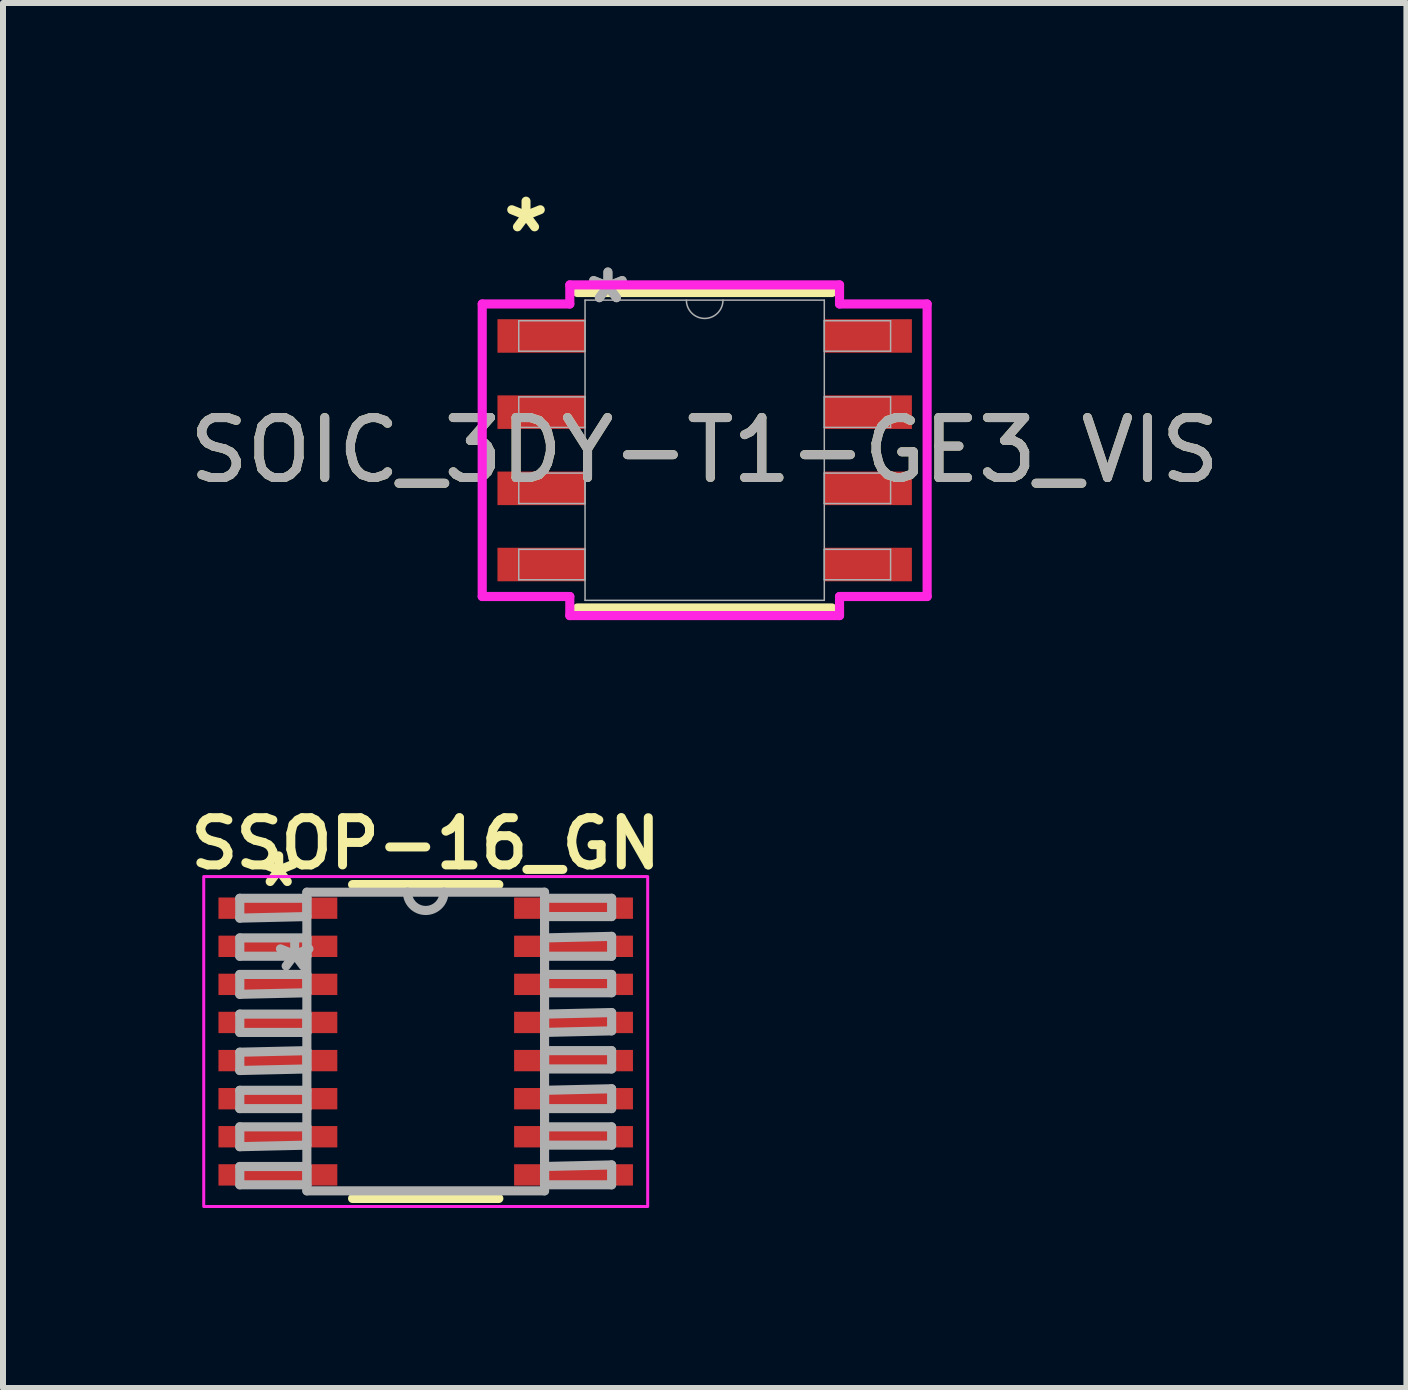
<source format=kicad_pcb>
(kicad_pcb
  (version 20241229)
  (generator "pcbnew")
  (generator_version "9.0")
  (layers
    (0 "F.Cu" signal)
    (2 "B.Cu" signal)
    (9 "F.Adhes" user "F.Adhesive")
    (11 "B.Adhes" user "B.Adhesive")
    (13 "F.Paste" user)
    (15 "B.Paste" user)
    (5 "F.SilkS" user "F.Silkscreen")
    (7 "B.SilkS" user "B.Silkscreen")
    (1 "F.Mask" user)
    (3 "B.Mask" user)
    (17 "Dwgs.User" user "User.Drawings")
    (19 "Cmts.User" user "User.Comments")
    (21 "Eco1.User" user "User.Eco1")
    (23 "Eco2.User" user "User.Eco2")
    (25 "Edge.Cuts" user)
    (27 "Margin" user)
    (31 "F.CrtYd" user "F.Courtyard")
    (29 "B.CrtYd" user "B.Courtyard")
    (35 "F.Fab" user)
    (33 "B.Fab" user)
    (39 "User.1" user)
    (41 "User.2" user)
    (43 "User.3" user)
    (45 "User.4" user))
  (footprint "SSOP-16_GN"
    (layer "F.Cu")
    (at 4.046 14.311)
    (property "Reference" "SSOP-16_GN" (at 0 -3.3 0) (layer "F.SilkS") (effects (font (size 0.787 0.787) (thickness 0.15))))
    (attr smd)
    (fp_line (start -1.219 2.616) (end 1.219 2.616) (stroke (width 0.152) (type solid)) (layer "F.SilkS"))
    (fp_line (start 1.219 -2.616) (end -1.219 -2.616) (stroke (width 0.152) (type solid)) (layer "F.SilkS"))
    (fp_rect (start -3.7 -2.75) (end 3.7 2.75) (stroke (width 0.05) (type default)) (fill no) (layer "F.CrtYd"))
    (fp_line (start -3.099 -2.388) (end -3.099 -2.057) (stroke (width 0.152) (type solid)) (layer "F.Fab"))
    (fp_line (start -3.099 -2.057) (end -1.981 -2.083) (stroke (width 0.152) (type solid)) (layer "F.Fab"))
    (fp_line (start -3.099 -1.727) (end -3.099 -1.422) (stroke (width 0.152) (type solid)) (layer "F.Fab"))
    (fp_line (start -3.099 -1.422) (end -1.981 -1.422) (stroke (width 0.152) (type solid)) (layer "F.Fab"))
    (fp_line (start -3.099 -1.118) (end -3.099 -0.787) (stroke (width 0.152) (type solid)) (layer "F.Fab"))
    (fp_line (start -3.099 -0.787) (end -1.981 -0.813) (stroke (width 0.152) (type solid)) (layer "F.Fab"))
    (fp_line (start -3.099 -0.457) (end -3.099 -0.152) (stroke (width 0.152) (type solid)) (layer "F.Fab"))
    (fp_line (start -3.099 -0.152) (end -1.981 -0.152) (stroke (width 0.152) (type solid)) (layer "F.Fab"))
    (fp_line (start -3.099 0.178) (end -3.099 0.483) (stroke (width 0.152) (type solid)) (layer "F.Fab"))
    (fp_line (start -3.099 0.483) (end -1.981 0.457) (stroke (width 0.152) (type solid)) (layer "F.Fab"))
    (fp_line (start -3.099 0.813) (end -3.099 1.118) (stroke (width 0.152) (type solid)) (layer "F.Fab"))
    (fp_line (start -3.099 1.118) (end -1.981 1.118) (stroke (width 0.152) (type solid)) (layer "F.Fab"))
    (fp_line (start -3.099 1.422) (end -3.099 1.753) (stroke (width 0.152) (type solid)) (layer "F.Fab"))
    (fp_line (start -3.099 1.753) (end -1.981 1.727) (stroke (width 0.152) (type solid)) (layer "F.Fab"))
    (fp_line (start -3.099 2.083) (end -3.099 2.388) (stroke (width 0.152) (type solid)) (layer "F.Fab"))
    (fp_line (start -3.099 2.388) (end -1.981 2.388) (stroke (width 0.152) (type solid)) (layer "F.Fab"))
    (fp_line (start -1.981 -2.489) (end -1.981 2.489) (stroke (width 0.152) (type solid)) (layer "F.Fab"))
    (fp_line (start -1.981 -2.388) (end -3.099 -2.388) (stroke (width 0.152) (type solid)) (layer "F.Fab"))
    (fp_line (start -1.981 -2.083) (end -1.981 -2.388) (stroke (width 0.152) (type solid)) (layer "F.Fab"))
    (fp_line (start -1.981 -1.727) (end -3.099 -1.727) (stroke (width 0.152) (type solid)) (layer "F.Fab"))
    (fp_line (start -1.981 -1.422) (end -1.981 -1.727) (stroke (width 0.152) (type solid)) (layer "F.Fab"))
    (fp_line (start -1.981 -1.118) (end -3.099 -1.118) (stroke (width 0.152) (type solid)) (layer "F.Fab"))
    (fp_line (start -1.981 -0.813) (end -1.981 -1.118) (stroke (width 0.152) (type solid)) (layer "F.Fab"))
    (fp_line (start -1.981 -0.457) (end -3.099 -0.457) (stroke (width 0.152) (type solid)) (layer "F.Fab"))
    (fp_line (start -1.981 -0.152) (end -1.981 -0.457) (stroke (width 0.152) (type solid)) (layer "F.Fab"))
    (fp_line (start -1.981 0.152) (end -3.099 0.178) (stroke (width 0.152) (type solid)) (layer "F.Fab"))
    (fp_line (start -1.981 0.457) (end -1.981 0.152) (stroke (width 0.152) (type solid)) (layer "F.Fab"))
    (fp_line (start -1.981 0.813) (end -3.099 0.813) (stroke (width 0.152) (type solid)) (layer "F.Fab"))
    (fp_line (start -1.981 1.118) (end -1.981 0.813) (stroke (width 0.152) (type solid)) (layer "F.Fab"))
    (fp_line (start -1.981 1.422) (end -3.099 1.422) (stroke (width 0.152) (type solid)) (layer "F.Fab"))
    (fp_line (start -1.981 1.727) (end -1.981 1.422) (stroke (width 0.152) (type solid)) (layer "F.Fab"))
    (fp_line (start -1.981 2.083) (end -3.099 2.083) (stroke (width 0.152) (type solid)) (layer "F.Fab"))
    (fp_line (start -1.981 2.388) (end -1.981 2.083) (stroke (width 0.152) (type solid)) (layer "F.Fab"))
    (fp_line (start -1.981 2.489) (end 1.981 2.489) (stroke (width 0.152) (type solid)) (layer "F.Fab"))
    (fp_line (start -0.305 -2.489) (end -1.981 -2.489) (stroke (width 0.152) (type solid)) (layer "F.Fab"))
    (fp_line (start 0.305 -2.489) (end -0.305 -2.489) (stroke (width 0.152) (type solid)) (layer "F.Fab"))
    (fp_line (start 1.981 -2.489) (end 0.305 -2.489) (stroke (width 0.152) (type solid)) (layer "F.Fab"))
    (fp_line (start 1.981 -2.388) (end 1.981 -2.083) (stroke (width 0.152) (type solid)) (layer "F.Fab"))
    (fp_line (start 1.981 -2.083) (end 3.099 -2.083) (stroke (width 0.152) (type solid)) (layer "F.Fab"))
    (fp_line (start 1.981 -1.727) (end 1.981 -1.422) (stroke (width 0.152) (type solid)) (layer "F.Fab"))
    (fp_line (start 1.981 -1.422) (end 3.099 -1.422) (stroke (width 0.152) (type solid)) (layer "F.Fab"))
    (fp_line (start 1.981 -1.118) (end 1.981 -0.813) (stroke (width 0.152) (type solid)) (layer "F.Fab"))
    (fp_line (start 1.981 -0.813) (end 3.099 -0.813) (stroke (width 0.152) (type solid)) (layer "F.Fab"))
    (fp_line (start 1.981 -0.457) (end 1.981 -0.152) (stroke (width 0.152) (type solid)) (layer "F.Fab"))
    (fp_line (start 1.981 -0.152) (end 3.099 -0.178) (stroke (width 0.152) (type solid)) (layer "F.Fab"))
    (fp_line (start 1.981 0.152) (end 1.981 0.457) (stroke (width 0.152) (type solid)) (layer "F.Fab"))
    (fp_line (start 1.981 0.457) (end 3.099 0.457) (stroke (width 0.152) (type solid)) (layer "F.Fab"))
    (fp_line (start 1.981 0.813) (end 1.981 1.118) (stroke (width 0.152) (type solid)) (layer "F.Fab"))
    (fp_line (start 1.981 1.118) (end 3.099 1.118) (stroke (width 0.152) (type solid)) (layer "F.Fab"))
    (fp_line (start 1.981 1.422) (end 1.981 1.727) (stroke (width 0.152) (type solid)) (layer "F.Fab"))
    (fp_line (start 1.981 1.727) (end 3.099 1.727) (stroke (width 0.152) (type solid)) (layer "F.Fab"))
    (fp_line (start 1.981 2.083) (end 1.981 2.388) (stroke (width 0.152) (type solid)) (layer "F.Fab"))
    (fp_line (start 1.981 2.388) (end 3.099 2.388) (stroke (width 0.152) (type solid)) (layer "F.Fab"))
    (fp_line (start 1.981 2.489) (end 1.981 -2.489) (stroke (width 0.152) (type solid)) (layer "F.Fab"))
    (fp_line (start 3.099 -2.388) (end 1.981 -2.388) (stroke (width 0.152) (type solid)) (layer "F.Fab"))
    (fp_line (start 3.099 -2.083) (end 3.099 -2.388) (stroke (width 0.152) (type solid)) (layer "F.Fab"))
    (fp_line (start 3.099 -1.753) (end 1.981 -1.727) (stroke (width 0.152) (type solid)) (layer "F.Fab"))
    (fp_line (start 3.099 -1.422) (end 3.099 -1.753) (stroke (width 0.152) (type solid)) (layer "F.Fab"))
    (fp_line (start 3.099 -1.118) (end 1.981 -1.118) (stroke (width 0.152) (type solid)) (layer "F.Fab"))
    (fp_line (start 3.099 -0.813) (end 3.099 -1.118) (stroke (width 0.152) (type solid)) (layer "F.Fab"))
    (fp_line (start 3.099 -0.483) (end 1.981 -0.457) (stroke (width 0.152) (type solid)) (layer "F.Fab"))
    (fp_line (start 3.099 -0.178) (end 3.099 -0.483) (stroke (width 0.152) (type solid)) (layer "F.Fab"))
    (fp_line (start 3.099 0.152) (end 1.981 0.152) (stroke (width 0.152) (type solid)) (layer "F.Fab"))
    (fp_line (start 3.099 0.457) (end 3.099 0.152) (stroke (width 0.152) (type solid)) (layer "F.Fab"))
    (fp_line (start 3.099 0.787) (end 1.981 0.813) (stroke (width 0.152) (type solid)) (layer "F.Fab"))
    (fp_line (start 3.099 1.118) (end 3.099 0.787) (stroke (width 0.152) (type solid)) (layer "F.Fab"))
    (fp_line (start 3.099 1.422) (end 1.981 1.422) (stroke (width 0.152) (type solid)) (layer "F.Fab"))
    (fp_line (start 3.099 1.727) (end 3.099 1.422) (stroke (width 0.152) (type solid)) (layer "F.Fab"))
    (fp_line (start 3.099 2.057) (end 1.981 2.083) (stroke (width 0.152) (type solid)) (layer "F.Fab"))
    (fp_line (start 3.099 2.388) (end 3.099 2.057) (stroke (width 0.152) (type solid)) (layer "F.Fab"))
    (fp_arc (start 0.3048 -2.4892) (mid 0 -2.1844) (end -0.3048 -2.4892) (stroke (width 0.1524) (type solid)) (layer "F.Fab"))
    (fp_text user "*" (at -2.45 -2.55 0) (layer "F.SilkS") (effects (font (size 1 1) (thickness 0.15))))
    (fp_text user "*" (at -2.184 -1.143 0) (layer "F.Fab") (effects (font (size 1 1) (thickness 0.15))))
    (pad "1" smd rect (at -2.464 -2.223) (size 1.981 0.356) (layers "F.Cu" "F.Mask" "F.Paste"))
    (pad "2" smd rect (at -2.464 -1.587) (size 1.981 0.356) (layers "F.Cu" "F.Mask" "F.Paste"))
    (pad "3" smd rect (at -2.464 -0.953) (size 1.981 0.356) (layers "F.Cu" "F.Mask" "F.Paste"))
    (pad "4" smd rect (at -2.464 -0.318) (size 1.981 0.356) (layers "F.Cu" "F.Mask" "F.Paste"))
    (pad "5" smd rect (at -2.464 0.318) (size 1.981 0.356) (layers "F.Cu" "F.Mask" "F.Paste"))
    (pad "6" smd rect (at -2.464 0.953) (size 1.981 0.356) (layers "F.Cu" "F.Mask" "F.Paste"))
    (pad "7" smd rect (at -2.464 1.587) (size 1.981 0.356) (layers "F.Cu" "F.Mask" "F.Paste"))
    (pad "8" smd rect (at -2.464 2.223) (size 1.981 0.356) (layers "F.Cu" "F.Mask" "F.Paste"))
    (pad "9" smd rect (at 2.464 2.223) (size 1.981 0.356) (layers "F.Cu" "F.Mask" "F.Paste"))
    (pad "10" smd rect (at 2.464 1.587) (size 1.981 0.356) (layers "F.Cu" "F.Mask" "F.Paste"))
    (pad "11" smd rect (at 2.464 0.953) (size 1.981 0.356) (layers "F.Cu" "F.Mask" "F.Paste"))
    (pad "12" smd rect (at 2.464 0.318) (size 1.981 0.356) (layers "F.Cu" "F.Mask" "F.Paste"))
    (pad "13" smd rect (at 2.464 -0.318) (size 1.981 0.356) (layers "F.Cu" "F.Mask" "F.Paste"))
    (pad "14" smd rect (at 2.464 -0.953) (size 1.981 0.356) (layers "F.Cu" "F.Mask" "F.Paste"))
    (pad "15" smd rect (at 2.464 -1.587) (size 1.981 0.356) (layers "F.Cu" "F.Mask" "F.Paste"))
    (pad "16" smd rect (at 2.464 -2.223) (size 1.981 0.356) (layers "F.Cu" "F.Mask" "F.Paste")))
  (footprint "SOIC_3DY-T1-GE3_VIS"
    (layer "F.Cu")
    (at 8.696 4.455)
    (property "Reference" "SOIC_3DY-T1-GE3_VIS" (at 0 0 0) (unlocked yes) (layer "F.SilkS") (effects (font (size 1 1) (thickness 0.15))))
    (attr smd)
    (fp_line (start -2.121 2.629) (end 2.121 2.629) (stroke (width 0.152) (type solid)) (layer "F.SilkS"))
    (fp_line (start 2.121 -2.629) (end -2.121 -2.629) (stroke (width 0.152) (type solid)) (layer "F.SilkS"))
    (fp_line (start -3.708 -2.438) (end -2.248 -2.438) (stroke (width 0.152) (type solid)) (layer "F.CrtYd"))
    (fp_line (start -3.708 2.438) (end -3.708 -2.438) (stroke (width 0.152) (type solid)) (layer "F.CrtYd"))
    (fp_line (start -3.708 2.438) (end -2.248 2.438) (stroke (width 0.152) (type solid)) (layer "F.CrtYd"))
    (fp_line (start -2.248 -2.756) (end 2.248 -2.756) (stroke (width 0.152) (type solid)) (layer "F.CrtYd"))
    (fp_line (start -2.248 -2.438) (end -2.248 -2.756) (stroke (width 0.152) (type solid)) (layer "F.CrtYd"))
    (fp_line (start -2.248 2.756) (end -2.248 2.438) (stroke (width 0.152) (type solid)) (layer "F.CrtYd"))
    (fp_line (start 2.248 -2.756) (end 2.248 -2.438) (stroke (width 0.152) (type solid)) (layer "F.CrtYd"))
    (fp_line (start 2.248 2.438) (end 2.248 2.756) (stroke (width 0.152) (type solid)) (layer "F.CrtYd"))
    (fp_line (start 2.248 2.756) (end -2.248 2.756) (stroke (width 0.152) (type solid)) (layer "F.CrtYd"))
    (fp_line (start 3.708 -2.438) (end 2.248 -2.438) (stroke (width 0.152) (type solid)) (layer "F.CrtYd"))
    (fp_line (start 3.708 -2.438) (end 3.708 2.438) (stroke (width 0.152) (type solid)) (layer "F.CrtYd"))
    (fp_line (start 3.708 2.438) (end 2.248 2.438) (stroke (width 0.152) (type solid)) (layer "F.CrtYd"))
    (fp_line (start -3.099 -2.159) (end -3.099 -1.651) (stroke (width 0.025) (type solid)) (layer "F.Fab"))
    (fp_line (start -3.099 -1.651) (end -1.994 -1.651) (stroke (width 0.025) (type solid)) (layer "F.Fab"))
    (fp_line (start -3.099 -0.889) (end -3.099 -0.381) (stroke (width 0.025) (type solid)) (layer "F.Fab"))
    (fp_line (start -3.099 -0.381) (end -1.994 -0.381) (stroke (width 0.025) (type solid)) (layer "F.Fab"))
    (fp_line (start -3.099 0.381) (end -3.099 0.889) (stroke (width 0.025) (type solid)) (layer "F.Fab"))
    (fp_line (start -3.099 0.889) (end -1.994 0.889) (stroke (width 0.025) (type solid)) (layer "F.Fab"))
    (fp_line (start -3.099 1.651) (end -3.099 2.159) (stroke (width 0.025) (type solid)) (layer "F.Fab"))
    (fp_line (start -3.099 2.159) (end -1.994 2.159) (stroke (width 0.025) (type solid)) (layer "F.Fab"))
    (fp_line (start -1.994 -2.502) (end -1.994 2.502) (stroke (width 0.025) (type solid)) (layer "F.Fab"))
    (fp_line (start -1.994 -2.159) (end -3.099 -2.159) (stroke (width 0.025) (type solid)) (layer "F.Fab"))
    (fp_line (start -1.994 -1.651) (end -1.994 -2.159) (stroke (width 0.025) (type solid)) (layer "F.Fab"))
    (fp_line (start -1.994 -0.889) (end -3.099 -0.889) (stroke (width 0.025) (type solid)) (layer "F.Fab"))
    (fp_line (start -1.994 -0.381) (end -1.994 -0.889) (stroke (width 0.025) (type solid)) (layer "F.Fab"))
    (fp_line (start -1.994 0.381) (end -3.099 0.381) (stroke (width 0.025) (type solid)) (layer "F.Fab"))
    (fp_line (start -1.994 0.889) (end -1.994 0.381) (stroke (width 0.025) (type solid)) (layer "F.Fab"))
    (fp_line (start -1.994 1.651) (end -3.099 1.651) (stroke (width 0.025) (type solid)) (layer "F.Fab"))
    (fp_line (start -1.994 2.159) (end -1.994 1.651) (stroke (width 0.025) (type solid)) (layer "F.Fab"))
    (fp_line (start -1.994 2.502) (end 1.994 2.502) (stroke (width 0.025) (type solid)) (layer "F.Fab"))
    (fp_line (start 1.994 -2.502) (end -1.994 -2.502) (stroke (width 0.025) (type solid)) (layer "F.Fab"))
    (fp_line (start 1.994 -2.159) (end 1.994 -1.651) (stroke (width 0.025) (type solid)) (layer "F.Fab"))
    (fp_line (start 1.994 -1.651) (end 3.099 -1.651) (stroke (width 0.025) (type solid)) (layer "F.Fab"))
    (fp_line (start 1.994 -0.889) (end 1.994 -0.381) (stroke (width 0.025) (type solid)) (layer "F.Fab"))
    (fp_line (start 1.994 -0.381) (end 3.099 -0.381) (stroke (width 0.025) (type solid)) (layer "F.Fab"))
    (fp_line (start 1.994 0.381) (end 1.994 0.889) (stroke (width 0.025) (type solid)) (layer "F.Fab"))
    (fp_line (start 1.994 0.889) (end 3.099 0.889) (stroke (width 0.025) (type solid)) (layer "F.Fab"))
    (fp_line (start 1.994 1.651) (end 1.994 2.159) (stroke (width 0.025) (type solid)) (layer "F.Fab"))
    (fp_line (start 1.994 2.159) (end 3.099 2.159) (stroke (width 0.025) (type solid)) (layer "F.Fab"))
    (fp_line (start 1.994 2.502) (end 1.994 -2.502) (stroke (width 0.025) (type solid)) (layer "F.Fab"))
    (fp_line (start 3.099 -2.159) (end 1.994 -2.159) (stroke (width 0.025) (type solid)) (layer "F.Fab"))
    (fp_line (start 3.099 -1.651) (end 3.099 -2.159) (stroke (width 0.025) (type solid)) (layer "F.Fab"))
    (fp_line (start 3.099 -0.889) (end 1.994 -0.889) (stroke (width 0.025) (type solid)) (layer "F.Fab"))
    (fp_line (start 3.099 -0.381) (end 3.099 -0.889) (stroke (width 0.025) (type solid)) (layer "F.Fab"))
    (fp_line (start 3.099 0.381) (end 1.994 0.381) (stroke (width 0.025) (type solid)) (layer "F.Fab"))
    (fp_line (start 3.099 0.889) (end 3.099 0.381) (stroke (width 0.025) (type solid)) (layer "F.Fab"))
    (fp_line (start 3.099 1.651) (end 1.994 1.651) (stroke (width 0.025) (type solid)) (layer "F.Fab"))
    (fp_line (start 3.099 2.159) (end 3.099 1.651) (stroke (width 0.025) (type solid)) (layer "F.Fab"))
    (fp_arc (start 0.3048 -2.5019) (mid 0 -2.1971) (end -0.3048 -2.5019) (stroke (width 0.0254) (type solid)) (layer "F.Fab"))
    (fp_text user "*" (at -2.978 -3.607 0) (unlocked yes) (layer "F.SilkS") (effects (font (size 1 1) (thickness 0.15))))
    (fp_text user "*" (at -1.613 -2.426 0) (layer "F.Fab") (effects (font (size 1 1) (thickness 0.15))))
    (fp_text user "*" (at -1.613 -2.426 0) (unlocked yes) (layer "F.Fab") (effects (font (size 1 1) (thickness 0.15))))
    (fp_text user "${REFERENCE}" (at 0 0 0) (unlocked yes) (layer "F.Fab") (effects (font (size 1 1) (thickness 0.15))))
    (pad "1" smd rect (at -2.724 -1.905) (size 1.46 0.559) (layers "F.Cu" "F.Mask" "F.Paste"))
    (pad "1" smd rect (at -2.724 -0.635) (size 1.46 0.559) (layers "F.Cu" "F.Mask" "F.Paste"))
    (pad "1" smd rect (at -2.724 0.635) (size 1.46 0.559) (layers "F.Cu" "F.Mask" "F.Paste"))
    (pad "2" smd rect (at -2.724 1.905) (size 1.46 0.559) (layers "F.Cu" "F.Mask" "F.Paste"))
    (pad "3" smd rect (at 2.724 -1.905) (size 1.46 0.559) (layers "F.Cu" "F.Mask" "F.Paste"))
    (pad "3" smd rect (at 2.724 -0.635) (size 1.46 0.559) (layers "F.Cu" "F.Mask" "F.Paste"))
    (pad "3" smd rect (at 2.724 0.635) (size 1.46 0.559) (layers "F.Cu" "F.Mask" "F.Paste"))
    (pad "3" smd rect (at 2.724 1.905) (size 1.46 0.559) (layers "F.Cu" "F.Mask" "F.Paste")))
  (gr_rect
    (start -3 -3)
    (end 20.393 20.086)
    (stroke (width 0.1) (type default))
    (fill no)
    (layer "Edge.Cuts")))
</source>
